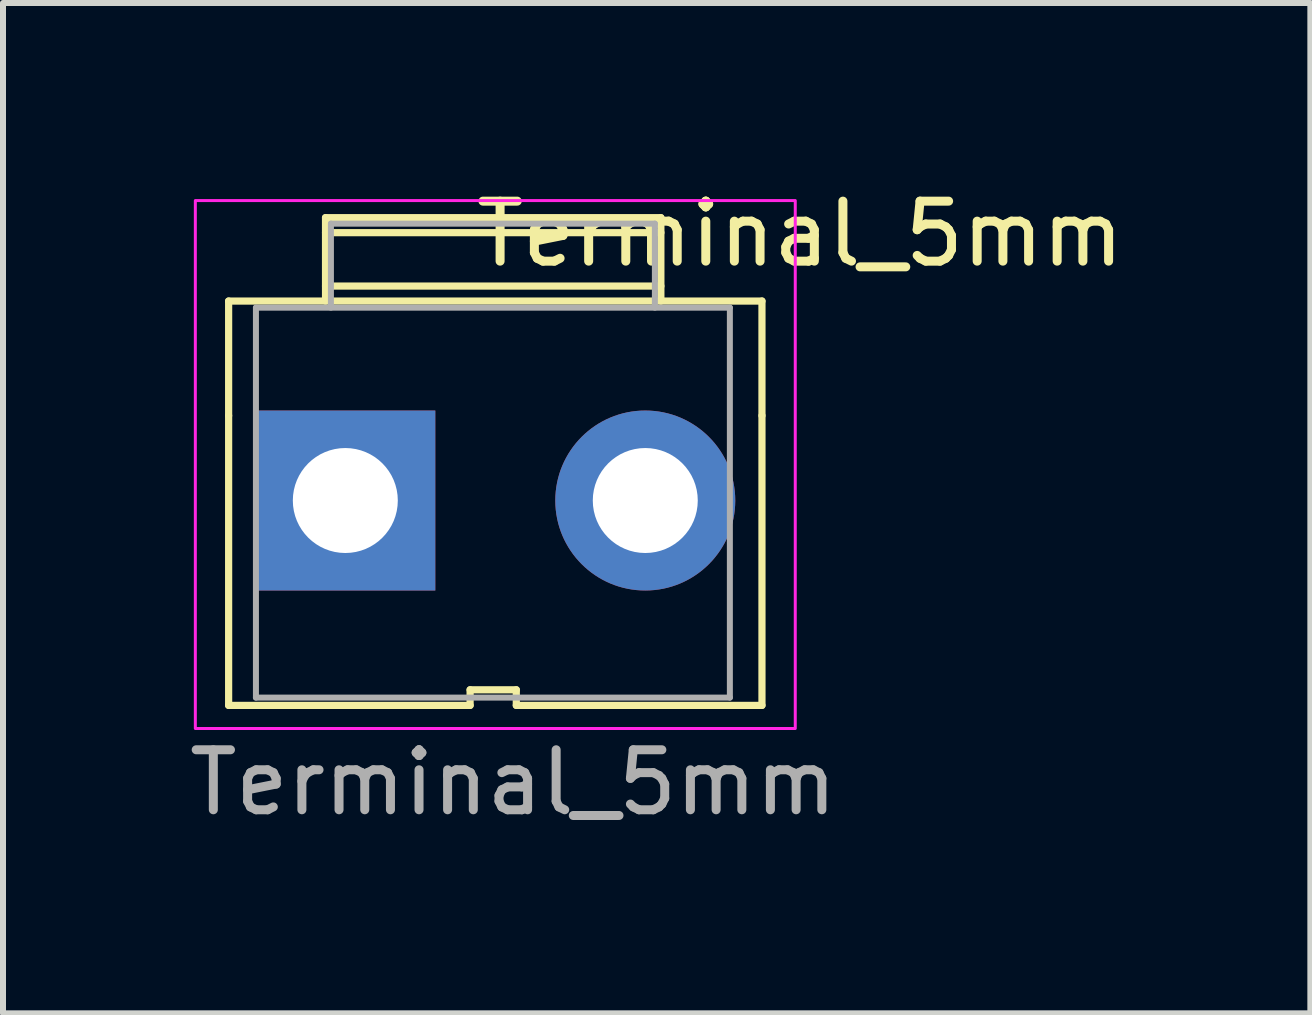
<source format=kicad_pcb>
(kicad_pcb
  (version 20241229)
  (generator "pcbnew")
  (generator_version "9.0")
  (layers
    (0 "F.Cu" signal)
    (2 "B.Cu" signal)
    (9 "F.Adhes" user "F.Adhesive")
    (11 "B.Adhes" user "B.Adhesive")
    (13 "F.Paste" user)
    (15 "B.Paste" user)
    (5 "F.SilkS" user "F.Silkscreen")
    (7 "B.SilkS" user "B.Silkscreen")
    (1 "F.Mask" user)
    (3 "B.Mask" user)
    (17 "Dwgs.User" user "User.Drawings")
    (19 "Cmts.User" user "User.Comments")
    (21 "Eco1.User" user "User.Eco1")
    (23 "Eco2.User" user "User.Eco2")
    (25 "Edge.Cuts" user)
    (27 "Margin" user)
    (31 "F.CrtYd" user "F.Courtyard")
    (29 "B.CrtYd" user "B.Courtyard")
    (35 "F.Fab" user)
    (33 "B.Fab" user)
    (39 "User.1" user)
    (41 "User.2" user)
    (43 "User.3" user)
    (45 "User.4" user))
  (footprint "Terminal_5mm"
    (layer "F.Cu")
    (at 5.206 5.293)
    (property "Reference" "Terminal_5mm" (at 5.08 -4.445 0) (layer "F.SilkS") (effects (font (size 1 1) (thickness 0.15))))
    (attr through_hole)
    (fp_line (start -4.445 -3.325) (end -4.445 -1.415) (stroke (width 0.12) (type solid)) (layer "F.SilkS"))
    (fp_line (start -4.445 -3.325) (end 4.445 -3.325) (stroke (width 0.12) (type solid)) (layer "F.SilkS"))
    (fp_line (start -4.445 -1.415) (end -4.445 3.415) (stroke (width 0.12) (type solid)) (layer "F.SilkS"))
    (fp_line (start -2.83 -4.715) (end 2.76 -4.715) (stroke (width 0.12) (type solid)) (layer "F.SilkS"))
    (fp_line (start -2.83 -4.465) (end 2.76 -4.465) (stroke (width 0.12) (type solid)) (layer "F.SilkS"))
    (fp_line (start -2.83 -3.575) (end 2.76 -3.575) (stroke (width 0.12) (type solid)) (layer "F.SilkS"))
    (fp_line (start -2.83 -3.325) (end -2.83 -4.715) (stroke (width 0.12) (type solid)) (layer "F.SilkS"))
    (fp_line (start -0.42 3.155) (end 0.35 3.155) (stroke (width 0.12) (type solid)) (layer "F.SilkS"))
    (fp_line (start -0.42 3.415) (end -4.445 3.415) (stroke (width 0.12) (type solid)) (layer "F.SilkS"))
    (fp_line (start -0.42 3.415) (end -0.42 3.155) (stroke (width 0.12) (type solid)) (layer "F.SilkS"))
    (fp_line (start 0.35 3.155) (end 0.35 3.415) (stroke (width 0.12) (type solid)) (layer "F.SilkS"))
    (fp_line (start 0.35 3.415) (end 4.445 3.415) (stroke (width 0.12) (type solid)) (layer "F.SilkS"))
    (fp_line (start 2.76 -3.325) (end 2.76 -4.715) (stroke (width 0.12) (type solid)) (layer "F.SilkS"))
    (fp_line (start 4.445 -3.325) (end 4.445 -1.415) (stroke (width 0.12) (type solid)) (layer "F.SilkS"))
    (fp_line (start 4.445 3.415) (end 4.445 -1.415) (stroke (width 0.12) (type solid)) (layer "F.SilkS"))
    (fp_rect (start -5 -5) (end 5 3.8) (stroke (width 0.05) (type default)) (fill no) (layer "F.CrtYd"))
    (fp_line (start -3.99 -3.215) (end 3.91 -3.215) (stroke (width 0.1) (type solid)) (layer "F.Fab"))
    (fp_line (start -3.99 3.285) (end -3.99 -3.215) (stroke (width 0.1) (type solid)) (layer "F.Fab"))
    (fp_line (start -2.74 -4.615) (end 2.66 -4.615) (stroke (width 0.1) (type solid)) (layer "F.Fab"))
    (fp_line (start -2.74 -3.215) (end -2.74 -4.615) (stroke (width 0.1) (type solid)) (layer "F.Fab"))
    (fp_line (start 2.66 -4.615) (end 2.66 -3.215) (stroke (width 0.1) (type solid)) (layer "F.Fab"))
    (fp_line (start 3.91 -3.215) (end 3.91 3.285) (stroke (width 0.1) (type solid)) (layer "F.Fab"))
    (fp_line (start 3.91 3.285) (end -3.99 3.285) (stroke (width 0.1) (type solid)) (layer "F.Fab"))
    (fp_text user "${REFERENCE}" (at 0.3 4.7 0) (layer "F.Fab") (effects (font (size 1 1) (thickness 0.15))))
    (pad "1" thru_hole rect (at -2.5 0) (size 3 3) (drill 1.75) (layers "*.Cu" "*.Mask"))
    (pad "2" thru_hole circle (at 2.5 0) (size 3 3) (drill 1.75) (layers "*.Cu" "*.Mask")))
  (gr_rect
    (start -3 -3)
    (end 18.792 13.841)
    (stroke (width 0.1) (type default))
    (fill no)
    (layer "Edge.Cuts")))
</source>
